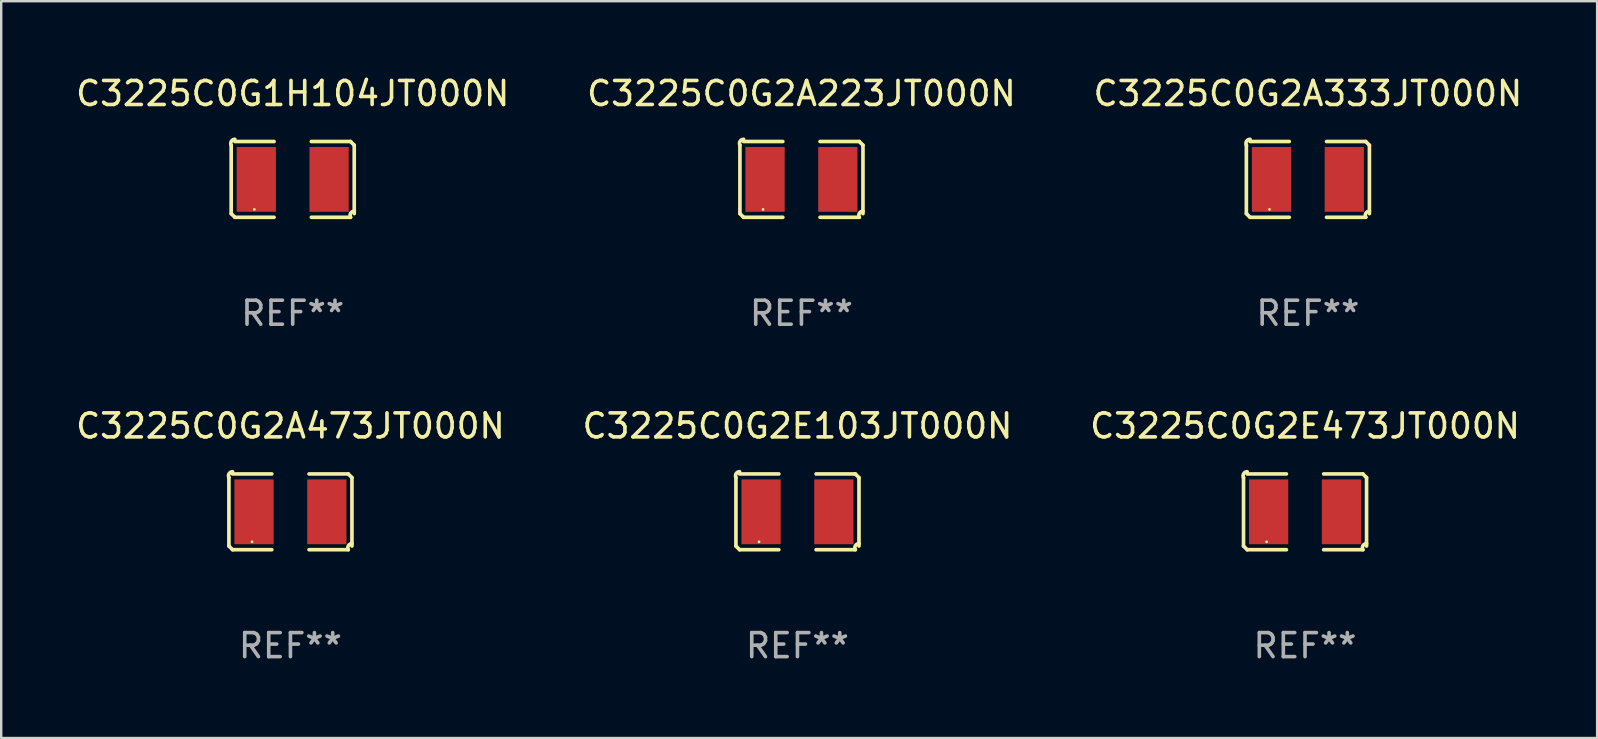
<source format=kicad_pcb>
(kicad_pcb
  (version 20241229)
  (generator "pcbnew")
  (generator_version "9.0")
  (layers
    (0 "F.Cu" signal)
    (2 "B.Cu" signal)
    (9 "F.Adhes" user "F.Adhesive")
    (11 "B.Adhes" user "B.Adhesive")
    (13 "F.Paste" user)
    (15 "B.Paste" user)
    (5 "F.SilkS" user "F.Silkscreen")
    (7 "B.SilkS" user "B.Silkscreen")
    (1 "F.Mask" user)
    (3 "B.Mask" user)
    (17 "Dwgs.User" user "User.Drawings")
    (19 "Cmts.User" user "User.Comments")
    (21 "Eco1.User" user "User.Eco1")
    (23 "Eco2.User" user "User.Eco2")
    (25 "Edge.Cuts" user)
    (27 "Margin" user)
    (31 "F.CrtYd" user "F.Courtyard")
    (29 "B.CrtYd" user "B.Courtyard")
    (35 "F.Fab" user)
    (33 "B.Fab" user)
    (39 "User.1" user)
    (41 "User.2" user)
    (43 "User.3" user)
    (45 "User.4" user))
  (footprint "C3225C0G2E103JT000N"
    (layer "F.Cu")
    (at 30.185 18.281)
    (property "Reference" "C3225C0G2E103JT000N" (at 0 -3.579 0) (layer "F.SilkS") (effects (font (size 1 1) (thickness 0.15))))
    (attr through_hole)
    (fp_line (start -2.564 1.426) (end -2.564 -1.426) (stroke (width 0.152) (type solid)) (layer "F.SilkS"))
    (fp_line (start -2.411 -1.579) (end -0.776 -1.579) (stroke (width 0.152) (type solid)) (layer "F.SilkS"))
    (fp_line (start -0.776 1.579) (end -2.411 1.579) (stroke (width 0.152) (type solid)) (layer "F.SilkS"))
    (fp_line (start 0.776 1.579) (end 2.411 1.579) (stroke (width 0.152) (type solid)) (layer "F.SilkS"))
    (fp_line (start 2.411 -1.579) (end 0.776 -1.579) (stroke (width 0.152) (type solid)) (layer "F.SilkS"))
    (fp_line (start 2.564 1.426) (end 2.564 -1.426) (stroke (width 0.152) (type solid)) (layer "F.SilkS"))
    (fp_arc (start -2.563602 -1.426213) (mid -2.555597 -1.591233) (end -2.411201 -1.671518) (stroke (width 0.1524) (type solid)) (layer "F.SilkS"))
    (fp_arc (start -2.5636 1.426214) (mid -2.487389 1.502402) (end -2.411201 1.578613) (stroke (width 0.1524) (type solid)) (layer "F.SilkS"))
    (fp_arc (start 2.411197 -1.578618) (mid 2.487403 -1.502419) (end 2.563602 -1.426213) (stroke (width 0.1524) (type solid)) (layer "F.SilkS"))
    (fp_arc (start 2.411201 1.578613) (mid 2.416214 1.409455) (end 2.563602 1.32629) (stroke (width 0.1524) (type solid)) (layer "F.SilkS"))
    (fp_circle (center -1.6 1.25) (end -1.57 1.25) (stroke (width 0.06) (type solid)) (fill no) (layer "F.SilkS"))
    (fp_text user "REF**" (at 0 5.579 0) (layer "F.Fab") (effects (font (size 1 1) (thickness 0.15))))
    (pad "1" smd rect (at -1.517 0) (size 1.635 2.7) (layers "F.Cu" "F.Mask" "F.Paste"))
    (pad "2" smd rect (at 1.517 0) (size 1.635 2.7) (layers "F.Cu" "F.Mask" "F.Paste")))
  (footprint "C3225C0G2A473JT000N"
    (layer "F.Cu")
    (at 9.054 18.281)
    (property "Reference" "C3225C0G2A473JT000N" (at 0 -3.579 0) (layer "F.SilkS") (effects (font (size 1 1) (thickness 0.15))))
    (attr through_hole)
    (fp_line (start -2.564 1.426) (end -2.564 -1.426) (stroke (width 0.152) (type solid)) (layer "F.SilkS"))
    (fp_line (start -2.411 -1.579) (end -0.776 -1.579) (stroke (width 0.152) (type solid)) (layer "F.SilkS"))
    (fp_line (start -0.776 1.579) (end -2.411 1.579) (stroke (width 0.152) (type solid)) (layer "F.SilkS"))
    (fp_line (start 0.776 1.579) (end 2.411 1.579) (stroke (width 0.152) (type solid)) (layer "F.SilkS"))
    (fp_line (start 2.411 -1.579) (end 0.776 -1.579) (stroke (width 0.152) (type solid)) (layer "F.SilkS"))
    (fp_line (start 2.564 1.426) (end 2.564 -1.426) (stroke (width 0.152) (type solid)) (layer "F.SilkS"))
    (fp_arc (start -2.563602 -1.426213) (mid -2.555597 -1.591233) (end -2.411201 -1.671518) (stroke (width 0.1524) (type solid)) (layer "F.SilkS"))
    (fp_arc (start -2.5636 1.426214) (mid -2.487389 1.502402) (end -2.411201 1.578613) (stroke (width 0.1524) (type solid)) (layer "F.SilkS"))
    (fp_arc (start 2.411197 -1.578618) (mid 2.487403 -1.502419) (end 2.563602 -1.426213) (stroke (width 0.1524) (type solid)) (layer "F.SilkS"))
    (fp_arc (start 2.411201 1.578613) (mid 2.416214 1.409455) (end 2.563602 1.32629) (stroke (width 0.1524) (type solid)) (layer "F.SilkS"))
    (fp_circle (center -1.6 1.25) (end -1.57 1.25) (stroke (width 0.06) (type solid)) (fill no) (layer "F.SilkS"))
    (fp_text user "REF**" (at 0 5.579 0) (layer "F.Fab") (effects (font (size 1 1) (thickness 0.15))))
    (pad "1" smd rect (at -1.517 0) (size 1.635 2.7) (layers "F.Cu" "F.Mask" "F.Paste"))
    (pad "2" smd rect (at 1.517 0) (size 1.635 2.7) (layers "F.Cu" "F.Mask" "F.Paste")))
  (footprint "C3225C0G1H104JT000N"
    (layer "F.Cu")
    (at 9.149 4.427)
    (property "Reference" "C3225C0G1H104JT000N" (at 0 -3.579 0) (layer "F.SilkS") (effects (font (size 1 1) (thickness 0.15))))
    (attr through_hole)
    (fp_line (start -2.564 1.426) (end -2.564 -1.426) (stroke (width 0.152) (type solid)) (layer "F.SilkS"))
    (fp_line (start -2.411 -1.579) (end -0.776 -1.579) (stroke (width 0.152) (type solid)) (layer "F.SilkS"))
    (fp_line (start -0.776 1.579) (end -2.411 1.579) (stroke (width 0.152) (type solid)) (layer "F.SilkS"))
    (fp_line (start 0.776 1.579) (end 2.411 1.579) (stroke (width 0.152) (type solid)) (layer "F.SilkS"))
    (fp_line (start 2.411 -1.579) (end 0.776 -1.579) (stroke (width 0.152) (type solid)) (layer "F.SilkS"))
    (fp_line (start 2.564 1.426) (end 2.564 -1.426) (stroke (width 0.152) (type solid)) (layer "F.SilkS"))
    (fp_arc (start -2.563602 -1.426213) (mid -2.555597 -1.591233) (end -2.411201 -1.671518) (stroke (width 0.1524) (type solid)) (layer "F.SilkS"))
    (fp_arc (start -2.5636 1.426214) (mid -2.487389 1.502402) (end -2.411201 1.578613) (stroke (width 0.1524) (type solid)) (layer "F.SilkS"))
    (fp_arc (start 2.411197 -1.578618) (mid 2.487403 -1.502419) (end 2.563602 -1.426213) (stroke (width 0.1524) (type solid)) (layer "F.SilkS"))
    (fp_arc (start 2.411201 1.578613) (mid 2.416214 1.409455) (end 2.563602 1.32629) (stroke (width 0.1524) (type solid)) (layer "F.SilkS"))
    (fp_circle (center -1.6 1.25) (end -1.57 1.25) (stroke (width 0.06) (type solid)) (fill no) (layer "F.SilkS"))
    (fp_text user "REF**" (at 0 5.579 0) (layer "F.Fab") (effects (font (size 1 1) (thickness 0.15))))
    (pad "1" smd rect (at -1.517 0) (size 1.635 2.7) (layers "F.Cu" "F.Mask" "F.Paste"))
    (pad "2" smd rect (at 1.517 0) (size 1.635 2.7) (layers "F.Cu" "F.Mask" "F.Paste")))
  (footprint "C3225C0G2E473JT000N"
    (layer "F.Cu")
    (at 51.339 18.281)
    (property "Reference" "C3225C0G2E473JT000N" (at 0 -3.579 0) (layer "F.SilkS") (effects (font (size 1 1) (thickness 0.15))))
    (attr through_hole)
    (fp_line (start -2.564 1.426) (end -2.564 -1.426) (stroke (width 0.152) (type solid)) (layer "F.SilkS"))
    (fp_line (start -2.411 -1.579) (end -0.776 -1.579) (stroke (width 0.152) (type solid)) (layer "F.SilkS"))
    (fp_line (start -0.776 1.579) (end -2.411 1.579) (stroke (width 0.152) (type solid)) (layer "F.SilkS"))
    (fp_line (start 0.776 1.579) (end 2.411 1.579) (stroke (width 0.152) (type solid)) (layer "F.SilkS"))
    (fp_line (start 2.411 -1.579) (end 0.776 -1.579) (stroke (width 0.152) (type solid)) (layer "F.SilkS"))
    (fp_line (start 2.564 1.426) (end 2.564 -1.426) (stroke (width 0.152) (type solid)) (layer "F.SilkS"))
    (fp_arc (start -2.563602 -1.426213) (mid -2.555597 -1.591233) (end -2.411201 -1.671518) (stroke (width 0.1524) (type solid)) (layer "F.SilkS"))
    (fp_arc (start -2.5636 1.426214) (mid -2.487389 1.502402) (end -2.411201 1.578613) (stroke (width 0.1524) (type solid)) (layer "F.SilkS"))
    (fp_arc (start 2.411197 -1.578618) (mid 2.487403 -1.502419) (end 2.563602 -1.426213) (stroke (width 0.1524) (type solid)) (layer "F.SilkS"))
    (fp_arc (start 2.411201 1.578613) (mid 2.416214 1.409455) (end 2.563602 1.32629) (stroke (width 0.1524) (type solid)) (layer "F.SilkS"))
    (fp_circle (center -1.6 1.25) (end -1.57 1.25) (stroke (width 0.06) (type solid)) (fill no) (layer "F.SilkS"))
    (fp_text user "REF**" (at 0 5.579 0) (layer "F.Fab") (effects (font (size 1 1) (thickness 0.15))))
    (pad "1" smd rect (at -1.517 0) (size 1.635 2.7) (layers "F.Cu" "F.Mask" "F.Paste"))
    (pad "2" smd rect (at 1.517 0) (size 1.635 2.7) (layers "F.Cu" "F.Mask" "F.Paste")))
  (footprint "C3225C0G2A223JT000N"
    (layer "F.Cu")
    (at 30.351 4.427)
    (property "Reference" "C3225C0G2A223JT000N" (at 0 -3.579 0) (layer "F.SilkS") (effects (font (size 1 1) (thickness 0.15))))
    (attr through_hole)
    (fp_line (start -2.564 1.426) (end -2.564 -1.426) (stroke (width 0.152) (type solid)) (layer "F.SilkS"))
    (fp_line (start -2.411 -1.579) (end -0.776 -1.579) (stroke (width 0.152) (type solid)) (layer "F.SilkS"))
    (fp_line (start -0.776 1.579) (end -2.411 1.579) (stroke (width 0.152) (type solid)) (layer "F.SilkS"))
    (fp_line (start 0.776 1.579) (end 2.411 1.579) (stroke (width 0.152) (type solid)) (layer "F.SilkS"))
    (fp_line (start 2.411 -1.579) (end 0.776 -1.579) (stroke (width 0.152) (type solid)) (layer "F.SilkS"))
    (fp_line (start 2.564 1.426) (end 2.564 -1.426) (stroke (width 0.152) (type solid)) (layer "F.SilkS"))
    (fp_arc (start -2.563602 -1.426213) (mid -2.555597 -1.591233) (end -2.411201 -1.671518) (stroke (width 0.1524) (type solid)) (layer "F.SilkS"))
    (fp_arc (start -2.5636 1.426214) (mid -2.487389 1.502402) (end -2.411201 1.578613) (stroke (width 0.1524) (type solid)) (layer "F.SilkS"))
    (fp_arc (start 2.411197 -1.578618) (mid 2.487403 -1.502419) (end 2.563602 -1.426213) (stroke (width 0.1524) (type solid)) (layer "F.SilkS"))
    (fp_arc (start 2.411201 1.578613) (mid 2.416214 1.409455) (end 2.563602 1.32629) (stroke (width 0.1524) (type solid)) (layer "F.SilkS"))
    (fp_circle (center -1.6 1.25) (end -1.57 1.25) (stroke (width 0.06) (type solid)) (fill no) (layer "F.SilkS"))
    (fp_text user "REF**" (at 0 5.579 0) (layer "F.Fab") (effects (font (size 1 1) (thickness 0.15))))
    (pad "1" smd rect (at -1.517 0) (size 1.635 2.7) (layers "F.Cu" "F.Mask" "F.Paste"))
    (pad "2" smd rect (at 1.517 0) (size 1.635 2.7) (layers "F.Cu" "F.Mask" "F.Paste")))
  (footprint "C3225C0G2A333JT000N"
    (layer "F.Cu")
    (at 51.458 4.427)
    (property "Reference" "C3225C0G2A333JT000N" (at 0 -3.579 0) (layer "F.SilkS") (effects (font (size 1 1) (thickness 0.15))))
    (attr through_hole)
    (fp_line (start -2.564 1.426) (end -2.564 -1.426) (stroke (width 0.152) (type solid)) (layer "F.SilkS"))
    (fp_line (start -2.411 -1.579) (end -0.776 -1.579) (stroke (width 0.152) (type solid)) (layer "F.SilkS"))
    (fp_line (start -0.776 1.579) (end -2.411 1.579) (stroke (width 0.152) (type solid)) (layer "F.SilkS"))
    (fp_line (start 0.776 1.579) (end 2.411 1.579) (stroke (width 0.152) (type solid)) (layer "F.SilkS"))
    (fp_line (start 2.411 -1.579) (end 0.776 -1.579) (stroke (width 0.152) (type solid)) (layer "F.SilkS"))
    (fp_line (start 2.564 1.426) (end 2.564 -1.426) (stroke (width 0.152) (type solid)) (layer "F.SilkS"))
    (fp_arc (start -2.563602 -1.426213) (mid -2.555597 -1.591233) (end -2.411201 -1.671518) (stroke (width 0.1524) (type solid)) (layer "F.SilkS"))
    (fp_arc (start -2.5636 1.426214) (mid -2.487389 1.502402) (end -2.411201 1.578613) (stroke (width 0.1524) (type solid)) (layer "F.SilkS"))
    (fp_arc (start 2.411197 -1.578618) (mid 2.487403 -1.502419) (end 2.563602 -1.426213) (stroke (width 0.1524) (type solid)) (layer "F.SilkS"))
    (fp_arc (start 2.411201 1.578613) (mid 2.416214 1.409455) (end 2.563602 1.32629) (stroke (width 0.1524) (type solid)) (layer "F.SilkS"))
    (fp_circle (center -1.6 1.25) (end -1.57 1.25) (stroke (width 0.06) (type solid)) (fill no) (layer "F.SilkS"))
    (fp_text user "REF**" (at 0 5.579 0) (layer "F.Fab") (effects (font (size 1 1) (thickness 0.15))))
    (pad "1" smd rect (at -1.517 0) (size 1.635 2.7) (layers "F.Cu" "F.Mask" "F.Paste"))
    (pad "2" smd rect (at 1.517 0) (size 1.635 2.7) (layers "F.Cu" "F.Mask" "F.Paste")))
  (gr_rect
    (start -3 -3)
    (end 63.512 27.707)
    (stroke (width 0.1) (type default))
    (fill no)
    (layer "Edge.Cuts")))
</source>
